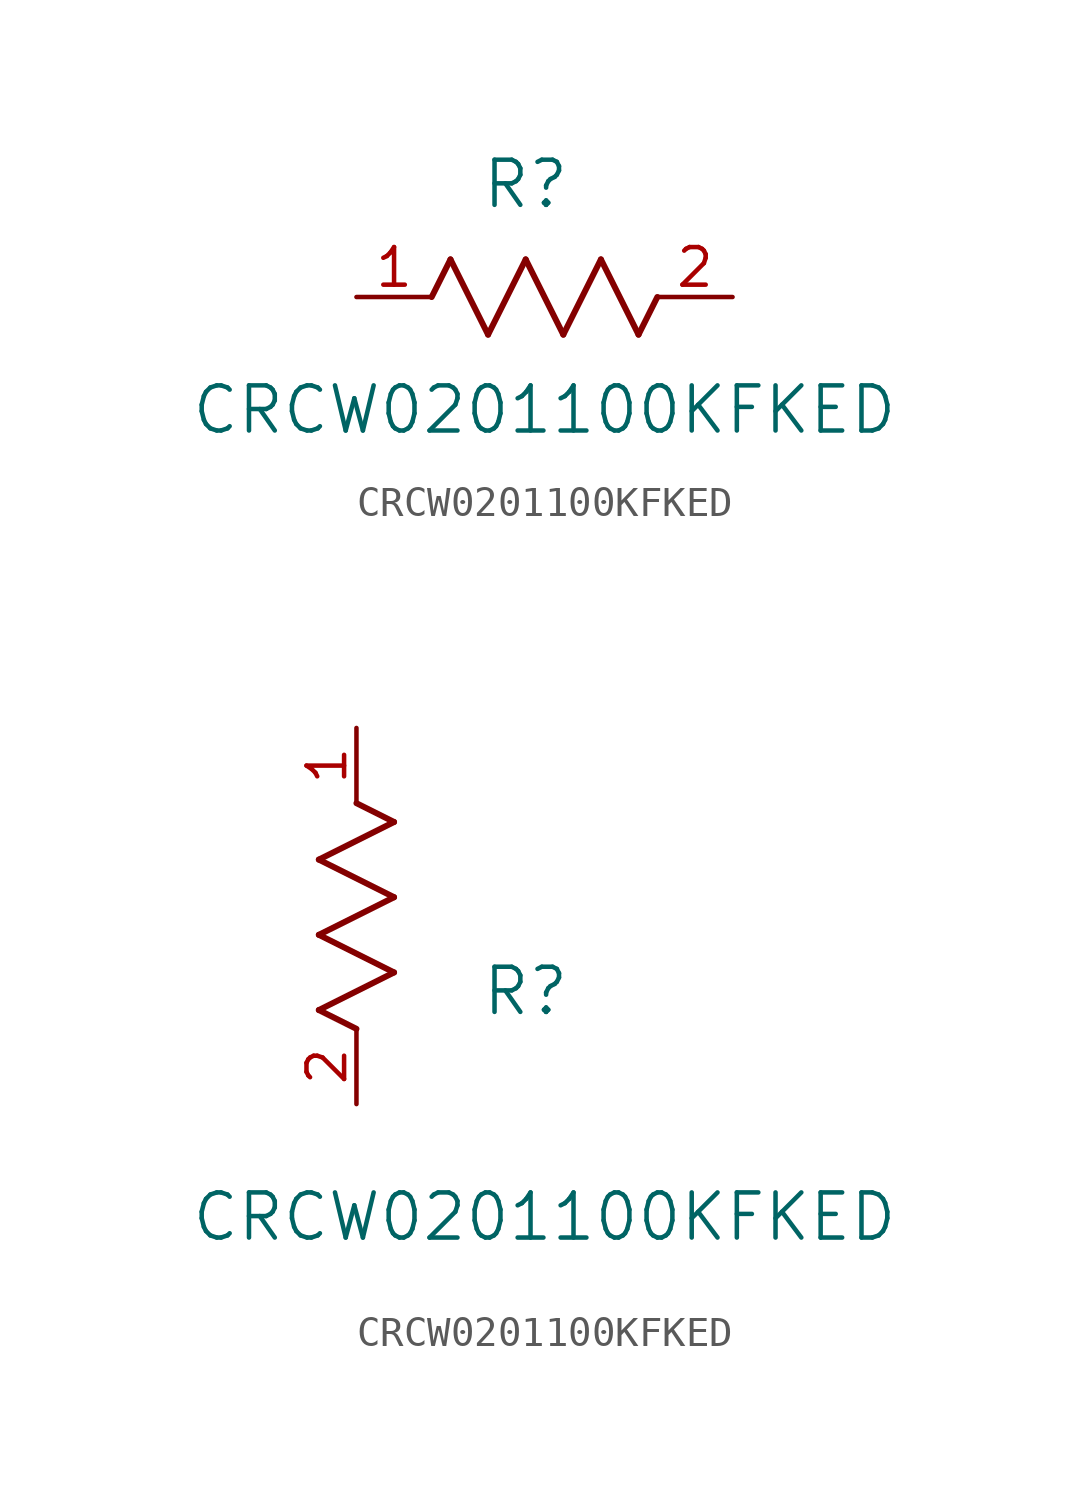
<source format=kicad_sym>
(kicad_symbol_lib
  (version 20211014)
  (generator kicad_symbol_editor)
  (symbol "CRCW0201100KFKED"
    (pin_names
      (offset 0.254))
    (property "Reference" "R"
      (at 5.715 3.81 0)
      (effects (font (size 1.524 1.524))))
    (property "Value" "CRCW0201100KFKED"
      (at 6.35 -3.81 0)
      (effects (font (size 1.524 1.524))))
    (symbol "CRCW0201100KFKED_1_1"
      (polyline (pts (xy 3.175 1.27) (xy 4.445 -1.27)) (stroke (width 0.203) (type default) (color 0 0 0 0)) (fill (type none)))
      (polyline (pts (xy 4.445 -1.27) (xy 5.715 1.27)) (stroke (width 0.203) (type default) (color 0 0 0 0)) (fill (type none)))
      (polyline (pts (xy 5.715 1.27) (xy 6.985 -1.27)) (stroke (width 0.203) (type default) (color 0 0 0 0)) (fill (type none)))
      (polyline (pts (xy 6.985 -1.27) (xy 8.255 1.27)) (stroke (width 0.203) (type default) (color 0 0 0 0)) (fill (type none)))
      (polyline (pts (xy 8.255 1.27) (xy 9.525 -1.27)) (stroke (width 0.203) (type default) (color 0 0 0 0)) (fill (type none)))
      (polyline (pts (xy 2.54 0) (xy 3.175 1.27)) (stroke (width 0.203) (type default) (color 0 0 0 0)) (fill (type none)))
      (polyline (pts (xy 9.525 -1.27) (xy 10.16 0)) (stroke (width 0.203) (type default) (color 0 0 0 0)) (fill (type none)))
      (pin unspecified line (at 0 0 0) (length 2.54) (name "" (effects (font (size 1.27 1.27)))) (number "1" (effects (font (size 1.27 1.27)))))
      (pin unspecified line (at 12.7 0 180) (length 2.54) (name "" (effects (font (size 1.27 1.27)))) (number "2" (effects (font (size 1.27 1.27))))))
    (symbol "CRCW0201100KFKED_1_2"
      (polyline (pts (xy 0 2.54) (xy -1.27 3.175)) (stroke (width 0.203) (type default) (color 0 0 0 0)) (fill (type none)))
      (polyline (pts (xy -1.27 3.175) (xy 1.27 4.445)) (stroke (width 0.203) (type default) (color 0 0 0 0)) (fill (type none)))
      (polyline (pts (xy 1.27 4.445) (xy -1.27 5.715)) (stroke (width 0.203) (type default) (color 0 0 0 0)) (fill (type none)))
      (polyline (pts (xy -1.27 5.715) (xy 1.27 6.985)) (stroke (width 0.203) (type default) (color 0 0 0 0)) (fill (type none)))
      (polyline (pts (xy -1.27 8.255) (xy 1.27 9.525)) (stroke (width 0.203) (type default) (color 0 0 0 0)) (fill (type none)))
      (polyline (pts (xy 1.27 9.525) (xy 0 10.16)) (stroke (width 0.203) (type default) (color 0 0 0 0)) (fill (type none)))
      (polyline (pts (xy 1.27 6.985) (xy -1.27 8.255)) (stroke (width 0.203) (type default) (color 0 0 0 0)) (fill (type none)))
      (pin unspecified line (at 0 12.7 270) (length 2.54) (name "" (effects (font (size 1.27 1.27)))) (number "1" (effects (font (size 1.27 1.27)))))
      (pin unspecified line (at 0 0 90) (length 2.54) (name "" (effects (font (size 1.27 1.27)))) (number "2" (effects (font (size 1.27 1.27))))))))
</source>
